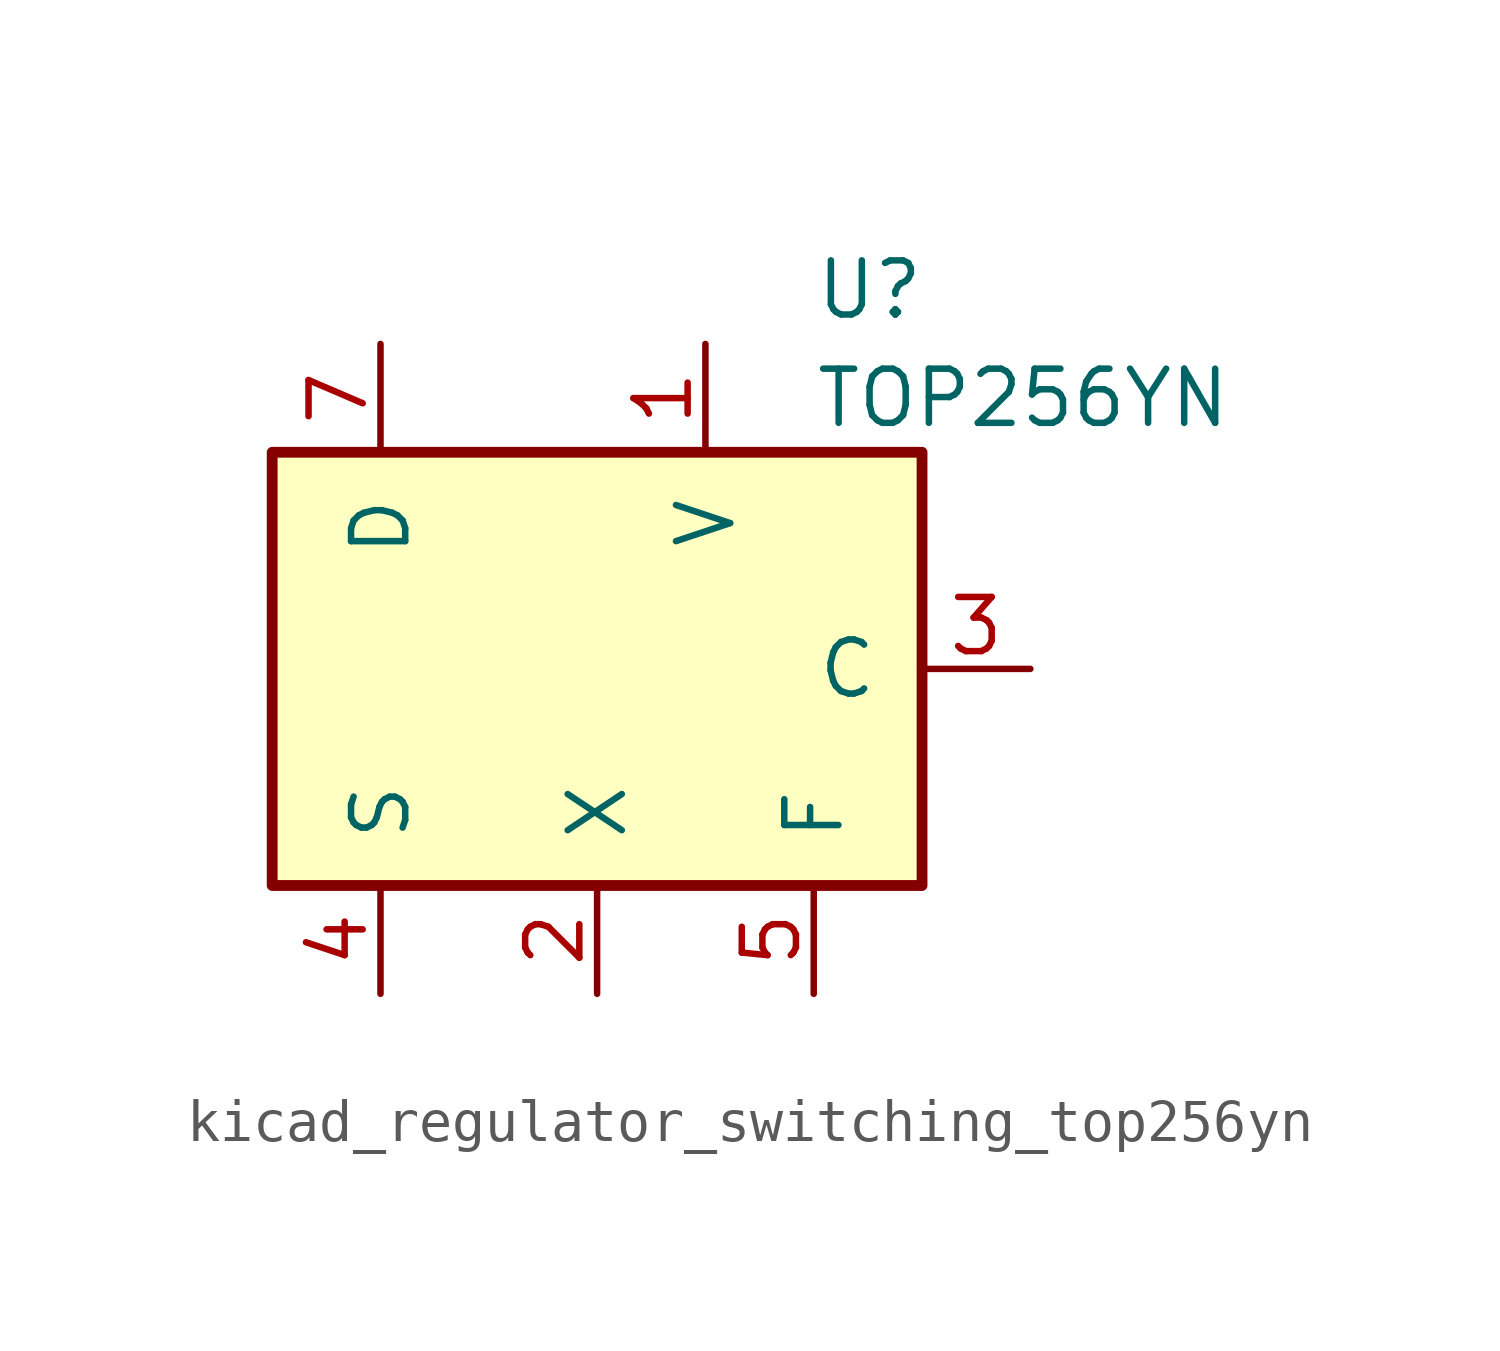
<source format=kicad_sym>
(kicad_symbol_lib
  (version 20220914)
  (generator kicad_symbol_editor)
  (symbol "kicad_regulator_switching_top256yn"
    (pin_names
      (offset 1.016))
    (property "Reference" "U"
      (at 5.08 8.89 0)
      (effects (font (size 1.27 1.27)) (justify left)))
    (property "Value" "TOP256YN"
      (at 5.08 6.35 0)
      (effects (font (size 1.27 1.27)) (justify left)))
    (symbol "kicad_regulator_switching_top256yn_0_1"
      (rectangle (start -7.62 5.08) (end 7.62 -5.08) (stroke (width 0.254) (type default)) (fill (type background))))
    (symbol "kicad_regulator_switching_top256yn_1_1"
      (pin input line (at 2.54 7.62 270) (length 2.54) (name "V" (effects (font (size 1.27 1.27)))) (number "1" (effects (font (size 1.27 1.27)))))
      (pin input line (at 0 -7.62 90) (length 2.54) (name "X" (effects (font (size 1.27 1.27)))) (number "2" (effects (font (size 1.27 1.27)))))
      (pin input line (at 10.16 0 180) (length 2.54) (name "C" (effects (font (size 1.27 1.27)))) (number "3" (effects (font (size 1.27 1.27)))))
      (pin power_in line (at -5.08 -7.62 90) (length 2.54) (name "S" (effects (font (size 1.27 1.27)))) (number "4" (effects (font (size 1.27 1.27)))))
      (pin passive line (at 5.08 -7.62 90) (length 2.54) (name "F" (effects (font (size 1.27 1.27)))) (number "5" (effects (font (size 1.27 1.27)))))
      (pin open_collector line (at -5.08 7.62 270) (length 2.54) (name "D" (effects (font (size 1.27 1.27)))) (number "7" (effects (font (size 1.27 1.27))))))))
</source>
